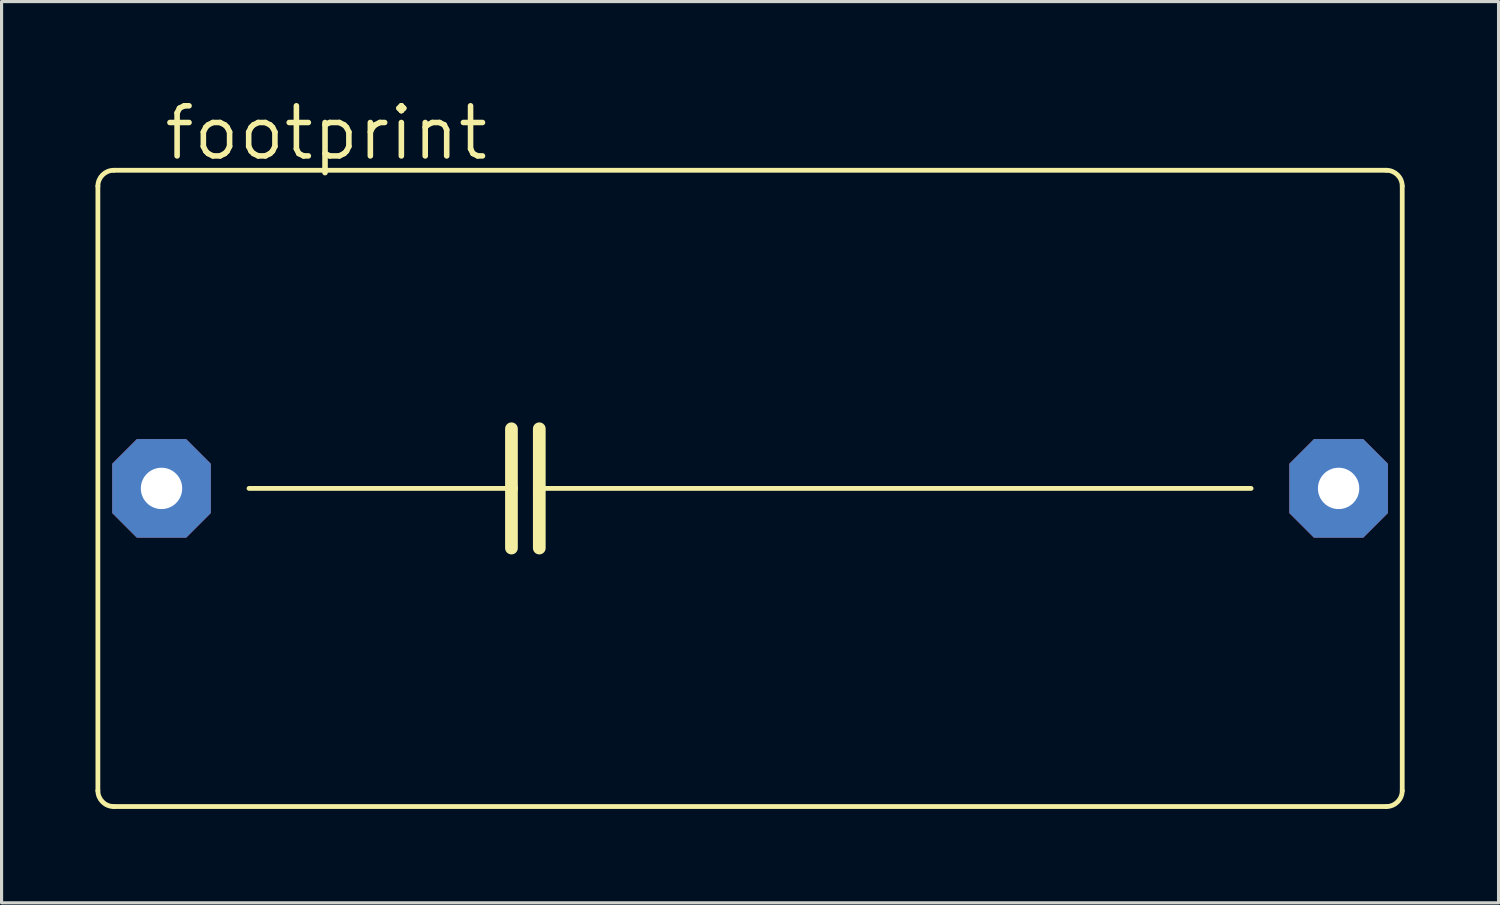
<source format=kicad_pcb>
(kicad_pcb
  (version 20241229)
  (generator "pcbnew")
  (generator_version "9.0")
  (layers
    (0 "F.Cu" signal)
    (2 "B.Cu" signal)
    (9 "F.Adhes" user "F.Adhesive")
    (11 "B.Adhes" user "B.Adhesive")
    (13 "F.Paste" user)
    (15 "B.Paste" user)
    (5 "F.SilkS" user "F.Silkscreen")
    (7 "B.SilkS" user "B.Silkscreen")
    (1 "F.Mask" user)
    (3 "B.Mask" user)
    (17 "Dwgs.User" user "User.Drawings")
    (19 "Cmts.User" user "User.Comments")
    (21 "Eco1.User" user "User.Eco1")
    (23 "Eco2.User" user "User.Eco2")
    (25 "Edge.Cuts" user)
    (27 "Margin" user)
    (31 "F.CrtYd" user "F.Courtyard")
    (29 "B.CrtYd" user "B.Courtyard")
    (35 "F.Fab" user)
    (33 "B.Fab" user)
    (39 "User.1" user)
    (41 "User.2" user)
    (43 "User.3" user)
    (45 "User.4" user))
  (footprint "footprint"
    (layer "F.Cu")
    (at 20.904 12.548)
    (property "Reference" "footprint" (at -18.796 -10.414 0) (layer "F.SilkS") (effects (font (size 1.6 1.6) (thickness 0.178)) (justify left bottom)))
    (fp_line (start -20.828 9.652) (end -20.828 -9.652) (stroke (width 0.152) (type solid)) (layer "F.SilkS"))
    (fp_line (start -20.32 -10.16) (end 20.32 -10.16) (stroke (width 0.152) (type solid)) (layer "F.SilkS"))
    (fp_line (start -16.002 0) (end -7.62 0) (stroke (width 0.152) (type solid)) (layer "F.SilkS"))
    (fp_line (start -7.62 -1.905) (end -7.62 0) (stroke (width 0.406) (type solid)) (layer "F.SilkS"))
    (fp_line (start -7.62 0) (end -7.62 1.905) (stroke (width 0.406) (type solid)) (layer "F.SilkS"))
    (fp_line (start -6.731 -1.905) (end -6.731 0) (stroke (width 0.406) (type solid)) (layer "F.SilkS"))
    (fp_line (start -6.731 0) (end -6.731 1.905) (stroke (width 0.406) (type solid)) (layer "F.SilkS"))
    (fp_line (start -6.731 0) (end 16.002 0) (stroke (width 0.152) (type solid)) (layer "F.SilkS"))
    (fp_line (start 20.32 10.16) (end -20.32 10.16) (stroke (width 0.152) (type solid)) (layer "F.SilkS"))
    (fp_line (start 20.828 -9.652) (end 20.828 9.652) (stroke (width 0.152) (type solid)) (layer "F.SilkS"))
    (fp_arc (start -20.828 -9.652) (mid -20.67921 -10.01121) (end -20.32 -10.16) (stroke (width 0.1524) (type solid)) (layer "F.SilkS"))
    (fp_arc (start -20.32 10.16) (mid -20.67921 10.01121) (end -20.828 9.652) (stroke (width 0.1524) (type solid)) (layer "F.SilkS"))
    (fp_arc (start 20.32 -10.16) (mid 20.67921 -10.01121) (end 20.828 -9.652) (stroke (width 0.1524) (type solid)) (layer "F.SilkS"))
    (fp_arc (start 20.828 9.652) (mid 20.67921 10.01121) (end 20.32 10.16) (stroke (width 0.1524) (type solid)) (layer "F.SilkS"))
    (pad "1" thru_hole roundrect (at -18.796 0) (size 3.15 3.15) (drill 1.321) (layers "*.Cu" "*.Mask") (roundrect_rratio 0.25) (chamfer_ratio 0.25) (chamfer top_left top_right bottom_left bottom_right))
    (pad "2" thru_hole roundrect (at 18.796 0) (size 3.15 3.15) (drill 1.321) (layers "*.Cu" "*.Mask") (roundrect_rratio 0.25) (chamfer_ratio 0.25) (chamfer top_left top_right bottom_left bottom_right)))
  (gr_rect
    (start -3 -3)
    (end 44.808 25.784)
    (stroke (width 0.1) (type default))
    (fill no)
    (layer "Edge.Cuts")))
</source>
